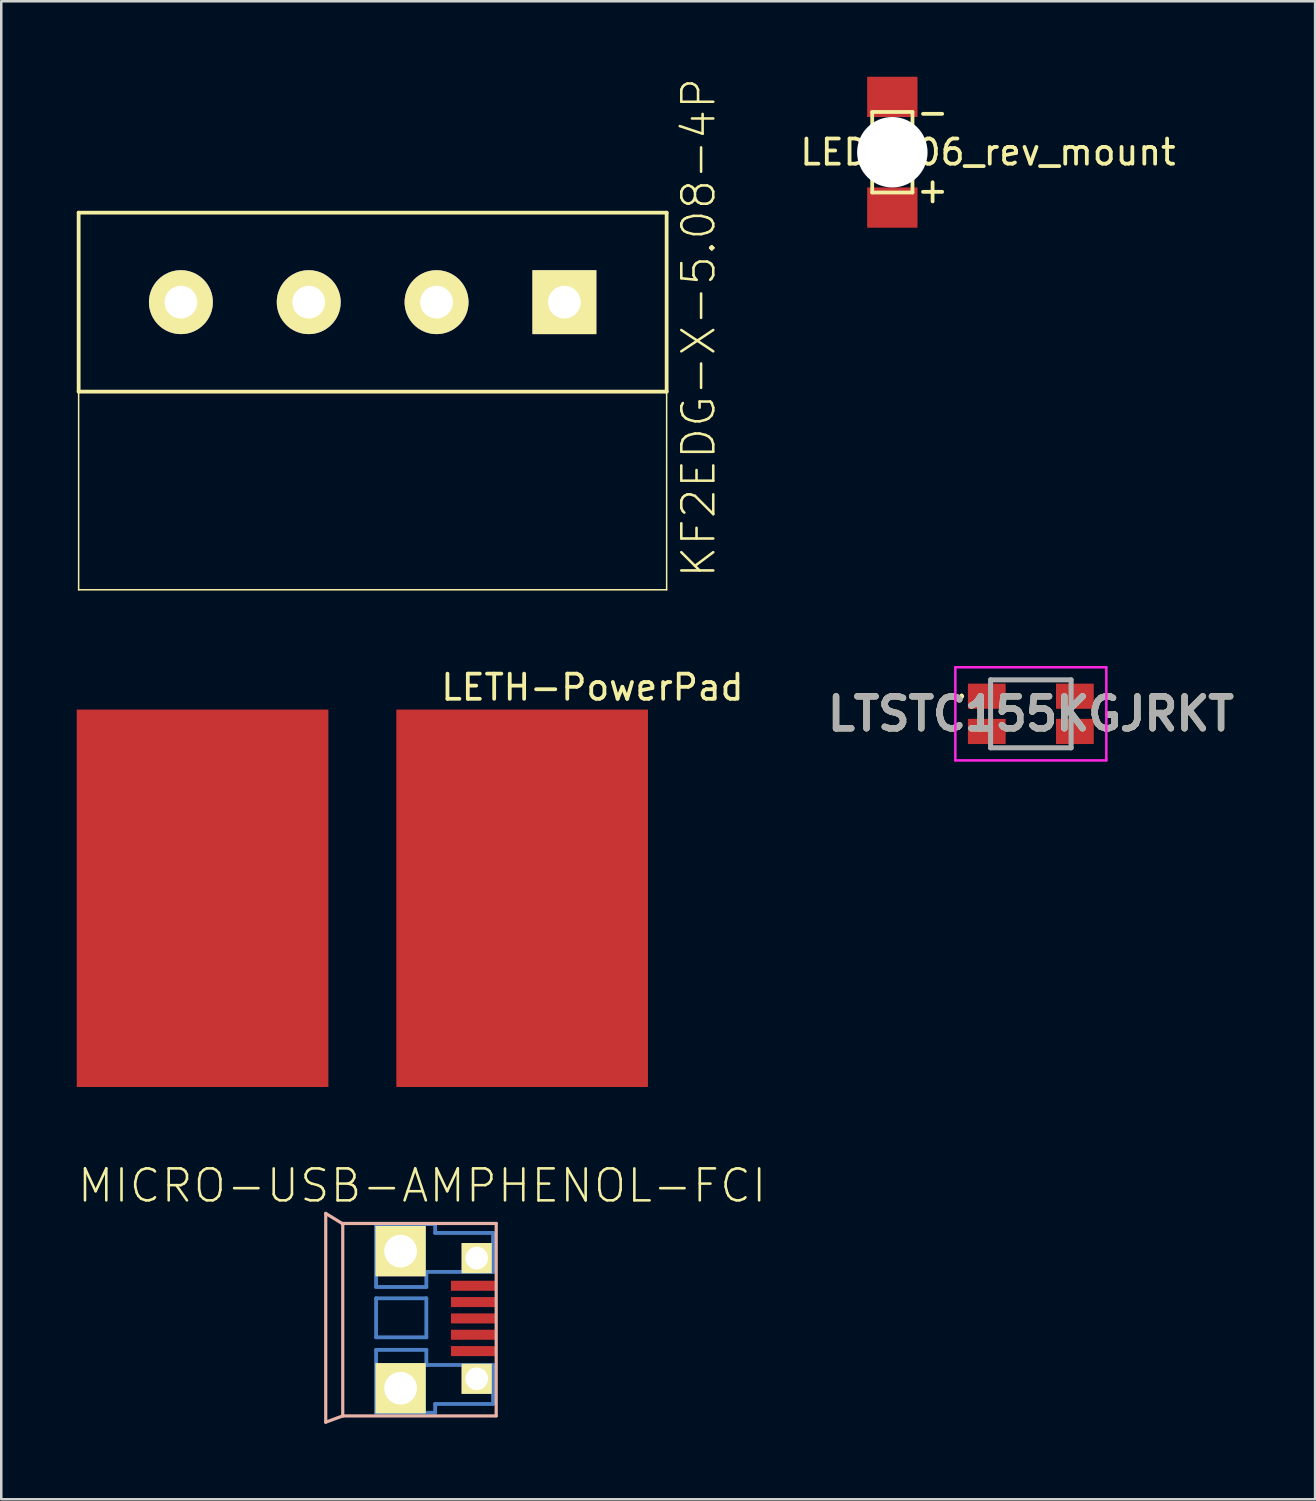
<source format=kicad_pcb>
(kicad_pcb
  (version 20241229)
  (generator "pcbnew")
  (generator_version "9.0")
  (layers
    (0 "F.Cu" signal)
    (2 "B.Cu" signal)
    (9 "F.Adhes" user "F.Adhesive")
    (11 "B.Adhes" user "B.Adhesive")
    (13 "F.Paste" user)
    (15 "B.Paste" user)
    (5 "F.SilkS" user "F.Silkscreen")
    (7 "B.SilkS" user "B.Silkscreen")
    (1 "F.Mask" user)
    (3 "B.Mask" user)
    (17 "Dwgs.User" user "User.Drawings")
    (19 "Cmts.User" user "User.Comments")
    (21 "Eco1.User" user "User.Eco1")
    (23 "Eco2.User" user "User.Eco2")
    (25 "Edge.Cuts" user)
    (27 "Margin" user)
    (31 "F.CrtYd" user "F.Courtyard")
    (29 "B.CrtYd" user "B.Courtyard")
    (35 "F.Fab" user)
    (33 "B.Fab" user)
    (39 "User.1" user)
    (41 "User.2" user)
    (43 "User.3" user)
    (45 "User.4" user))
  (footprint "LETH-PowerPad"
    (layer "F.Cu")
    (at 7.54 30.108)
    (property "Reference" "LETH-PowerPad" (at 12.954 -5.842 0) (layer "F.SilkS") (effects (font (size 1 1) (thickness 0.15))))
    (attr through_hole)
    (pad "1" smd rect (at -2.54 2.54) (size 10 15) (layers "F.Cu" "F.Mask" "F.Paste"))
    (pad "2" smd rect (at 10.16 2.54) (size 10 15) (layers "F.Cu" "F.Mask" "F.Paste")))
  (footprint "MICRO-USB-AMPHENOL-FCI"
    (layer "F.Cu")
    (at 12.745 49.645)
    (property "Reference" "MICRO-USB-AMPHENOL-FCI" (at 0.978 -5.575 0) (layer "F.SilkS") (effects (font (size 1.27 1.27) (thickness 0.102))))
    (attr smd)
    (fp_line (start -0.848 -4.049) (end -0.848 -1.549) (stroke (width 0.152) (type solid)) (layer "B.Cu"))
    (fp_line (start -0.848 -1.549) (end 1.148 -1.549) (stroke (width 0.152) (type solid)) (layer "B.Cu"))
    (fp_line (start -0.848 -1.1) (end 1.148 -1.1) (stroke (width 0.152) (type solid)) (layer "B.Cu"))
    (fp_line (start -0.848 0.45) (end -0.848 -1.1) (stroke (width 0.152) (type solid)) (layer "B.Cu"))
    (fp_line (start -0.848 0.95) (end 1.148 0.95) (stroke (width 0.152) (type solid)) (layer "B.Cu"))
    (fp_line (start -0.848 3.449) (end -0.848 0.95) (stroke (width 0.152) (type solid)) (layer "B.Cu"))
    (fp_line (start 1.148 -2.149) (end 3.8 -2.149) (stroke (width 0.152) (type solid)) (layer "B.Cu"))
    (fp_line (start 1.148 -1.549) (end 1.148 -2.149) (stroke (width 0.152) (type solid)) (layer "B.Cu"))
    (fp_line (start 1.148 -1.1) (end 1.148 0.45) (stroke (width 0.152) (type solid)) (layer "B.Cu"))
    (fp_line (start 1.148 0.45) (end -0.848 0.45) (stroke (width 0.152) (type solid)) (layer "B.Cu"))
    (fp_line (start 1.148 0.95) (end 1.148 1.549) (stroke (width 0.152) (type solid)) (layer "B.Cu"))
    (fp_line (start 1.148 1.549) (end 3.8 1.549) (stroke (width 0.152) (type solid)) (layer "B.Cu"))
    (fp_line (start 1.499 -4.049) (end -0.848 -4.049) (stroke (width 0.152) (type solid)) (layer "B.Cu"))
    (fp_line (start 1.499 -3.698) (end 1.499 -4.049) (stroke (width 0.152) (type solid)) (layer "B.Cu"))
    (fp_line (start 1.499 3.099) (end 1.499 3.449) (stroke (width 0.152) (type solid)) (layer "B.Cu"))
    (fp_line (start 1.499 3.449) (end -0.848 3.449) (stroke (width 0.152) (type solid)) (layer "B.Cu"))
    (fp_line (start 3.8 -3.698) (end 1.499 -3.698) (stroke (width 0.152) (type solid)) (layer "B.Cu"))
    (fp_line (start 3.8 -2.149) (end 3.8 -3.698) (stroke (width 0.152) (type solid)) (layer "B.Cu"))
    (fp_line (start 3.8 1.549) (end 3.8 3.099) (stroke (width 0.152) (type solid)) (layer "B.Cu"))
    (fp_line (start 3.8 3.099) (end 1.499 3.099) (stroke (width 0.152) (type solid)) (layer "B.Cu"))
    (fp_line (start -2.85 -4.473) (end -2.85 3.823) (stroke (width 0.127) (type solid)) (layer "B.SilkS"))
    (fp_line (start -2.85 3.823) (end -2.174 3.574) (stroke (width 0.127) (type solid)) (layer "B.SilkS"))
    (fp_line (start -2.2 -4.074) (end -2.85 -4.473) (stroke (width 0.127) (type solid)) (layer "B.SilkS"))
    (fp_line (start -2.2 -4.074) (end 3.924 -4.074) (stroke (width 0.127) (type solid)) (layer "B.SilkS"))
    (fp_line (start -2.174 -4.049) (end -2.174 3.574) (stroke (width 0.127) (type solid)) (layer "B.SilkS"))
    (fp_line (start -2.174 3.574) (end 3.924 3.574) (stroke (width 0.127) (type solid)) (layer "B.SilkS"))
    (fp_line (start 3.924 3.574) (end 3.924 -4.074) (stroke (width 0.127) (type solid)) (layer "B.SilkS"))
    (fp_line (start -0.848 -4.049) (end -0.848 -1.549) (stroke (width 0.152) (type solid)) (layer "B.Adhes"))
    (fp_line (start -0.848 -1.549) (end 1.148 -1.549) (stroke (width 0.152) (type solid)) (layer "B.Adhes"))
    (fp_line (start -0.848 0.95) (end 1.148 0.95) (stroke (width 0.152) (type solid)) (layer "B.Adhes"))
    (fp_line (start -0.848 3.449) (end -0.848 0.95) (stroke (width 0.152) (type solid)) (layer "B.Adhes"))
    (fp_line (start 1.148 -2.149) (end 3.8 -2.149) (stroke (width 0.152) (type solid)) (layer "B.Adhes"))
    (fp_line (start 1.148 -1.549) (end 1.148 -2.149) (stroke (width 0.152) (type solid)) (layer "B.Adhes"))
    (fp_line (start 1.148 0.95) (end 1.148 1.549) (stroke (width 0.152) (type solid)) (layer "B.Adhes"))
    (fp_line (start 1.148 1.549) (end 3.8 1.549) (stroke (width 0.152) (type solid)) (layer "B.Adhes"))
    (fp_line (start 1.499 -4.049) (end -0.848 -4.049) (stroke (width 0.152) (type solid)) (layer "B.Adhes"))
    (fp_line (start 1.499 -3.698) (end 1.499 -4.049) (stroke (width 0.152) (type solid)) (layer "B.Adhes"))
    (fp_line (start 1.499 3.099) (end 1.499 3.449) (stroke (width 0.152) (type solid)) (layer "B.Adhes"))
    (fp_line (start 1.499 3.449) (end -0.848 3.449) (stroke (width 0.152) (type solid)) (layer "B.Adhes"))
    (fp_line (start 3.8 -3.698) (end 1.499 -3.698) (stroke (width 0.152) (type solid)) (layer "B.Adhes"))
    (fp_line (start 3.8 -2.149) (end 3.8 -3.698) (stroke (width 0.152) (type solid)) (layer "B.Adhes"))
    (fp_line (start 3.8 1.549) (end 3.8 3.099) (stroke (width 0.152) (type solid)) (layer "B.Adhes"))
    (fp_line (start 3.8 3.099) (end 1.499 3.099) (stroke (width 0.152) (type solid)) (layer "B.Adhes"))
    (pad "1" smd rect (at 3 -1.598) (size 1.748 0.399) (layers "F.Cu" "F.Mask" "F.Paste"))
    (pad "2" smd rect (at 3 -0.95) (size 1.748 0.399) (layers "F.Cu" "F.Mask" "F.Paste"))
    (pad "3" smd rect (at 3 -0.3) (size 1.748 0.399) (layers "F.Cu" "F.Mask" "F.Paste"))
    (pad "4" smd rect (at 3 0.348) (size 1.748 0.399) (layers "F.Cu" "F.Mask" "F.Paste"))
    (pad "5" smd rect (at 3 0.998) (size 1.748 0.399) (layers "F.Cu" "F.Mask" "F.Paste"))
    (pad "M1" thru_hole rect (at 0.124 2.474) (size 1.999 1.999) (drill 1.298) (layers "*.Cu" "*.Mask" "F.SilkS" "F.Paste"))
    (pad "M2" thru_hole rect (at 0.124 -2.974) (size 1.999 1.999) (drill 1.298) (layers "*.Cu" "*.Mask" "F.SilkS" "F.Paste"))
    (pad "M3" thru_hole rect (at 3.15 2.098) (size 1.199 1.199) (drill 0.899) (layers "*.Cu" "*.Mask" "F.SilkS" "F.Paste"))
    (pad "M4" thru_hole rect (at 3.15 -2.697) (size 1.199 1.199) (drill 0.899) (layers "*.Cu" "*.Mask" "F.SilkS" "F.Paste")))
  (footprint "KF2EDG-X-5.08-4P"
    (layer "F.Cu")
    (at 19.379 8.958)
    (property "Reference" "KF2EDG-X-5.08-4P" (at 5.334 1.016 90) (layer "F.SilkS") (effects (font (size 1.27 1.27) (thickness 0.102))))
    (attr exclude_from_pos_files exclude_from_bom)
    (fp_line (start -19.304 -3.556) (end -19.304 3.556) (stroke (width 0.15) (type solid)) (layer "F.SilkS"))
    (fp_line (start -19.304 11.43) (end -19.304 3.556) (stroke (width 0.06) (type solid)) (layer "F.SilkS"))
    (fp_line (start -19.304 11.43) (end 4.064 11.43) (stroke (width 0.06) (type solid)) (layer "F.SilkS"))
    (fp_line (start 4.064 -3.556) (end -19.304 -3.556) (stroke (width 0.15) (type solid)) (layer "F.SilkS"))
    (fp_line (start 4.064 3.556) (end -19.304 3.556) (stroke (width 0.15) (type solid)) (layer "F.SilkS"))
    (fp_line (start 4.064 3.556) (end 4.064 -3.556) (stroke (width 0.15) (type solid)) (layer "F.SilkS"))
    (fp_line (start 4.064 3.556) (end 4.064 11.43) (stroke (width 0.06) (type solid)) (layer "F.SilkS"))
    (pad "1" thru_hole rect (at 0 0) (size 2.54 2.54) (drill 1.3) (layers "*.Cu" "*.Mask" "F.SilkS"))
    (pad "2" thru_hole circle (at -5.08 0) (size 2.54 2.54) (drill 1.3) (layers "*.Cu" "*.Mask" "F.SilkS"))
    (pad "3" thru_hole circle (at -10.16 0) (size 2.54 2.54) (drill 1.3) (layers "*.Cu" "*.Mask" "F.SilkS"))
    (pad "4" thru_hole circle (at -15.24 0) (size 2.54 2.54) (drill 1.3) (layers "*.Cu" "*.Mask" "F.SilkS")))
  (footprint "LED1206_rev_mount"
    (layer "F.Cu")
    (at 32.412 3)
    (property "Reference" "LED1206_rev_mount" (at 3.8 0 0) (layer "F.SilkS") (effects (font (size 1 1) (thickness 0.15))))
    (attr through_hole)
    (fp_line (start -0.8 -1.6) (end 0.8 -1.6) (stroke (width 0.15) (type solid)) (layer "F.SilkS"))
    (fp_line (start -0.8 1.6) (end -0.8 -1.6) (stroke (width 0.15) (type solid)) (layer "F.SilkS"))
    (fp_line (start 0.8 -1.6) (end 0.8 1.6) (stroke (width 0.15) (type solid)) (layer "F.SilkS"))
    (fp_line (start 0.8 1.6) (end -0.8 1.6) (stroke (width 0.15) (type solid)) (layer "F.SilkS"))
    (fp_text user "-" (at 1.6 -1.6 0) (layer "F.SilkS") (effects (font (size 1 1) (thickness 0.15))))
    (fp_text user "+" (at 1.6 1.5 0) (layer "F.SilkS") (effects (font (size 1 1) (thickness 0.15))))
    (pad "" np_thru_hole circle (at 0 0) (size 2.8 2.8) (drill 2.8) (layers "*.Cu" "*.Mask"))
    (pad "1" smd rect (at 0 -2.2) (size 2 1.6) (layers "F.Cu" "F.Mask" "F.Paste"))
    (pad "2" smd rect (at 0 2.2) (size 2 1.6) (layers "F.Cu" "F.Mask" "F.Paste")))
  (footprint "LTSTC155KGJRKT"
    (layer "F.Cu")
    (at 37.916 25.318)
    (property "Reference" "LTSTC155KGJRKT" (at 0 0 0) (layer "F.SilkS") (effects (font (size 1.27 1.27) (thickness 0.254))))
    (attr smd)
    (fp_line (start -2.75 -0.75) (end -2.75 -0.75) (stroke (width 0.1) (type solid)) (layer "F.SilkS"))
    (fp_line (start -2.75 -0.65) (end -2.75 -0.65) (stroke (width 0.1) (type solid)) (layer "F.SilkS"))
    (fp_line (start -1.6 -1.35) (end 1.6 -1.35) (stroke (width 0.1) (type solid)) (layer "F.SilkS"))
    (fp_line (start -1.6 1.35) (end 1.6 1.35) (stroke (width 0.1) (type solid)) (layer "F.SilkS"))
    (fp_arc (start -2.75 -0.75) (mid -2.7 -0.7) (end -2.75 -0.65) (stroke (width 0.1) (type solid)) (layer "F.SilkS"))
    (fp_arc (start -2.75 -0.65) (mid -2.8 -0.7) (end -2.75 -0.75) (stroke (width 0.1) (type solid)) (layer "F.SilkS"))
    (fp_line (start -3 -1.85) (end 3 -1.85) (stroke (width 0.1) (type solid)) (layer "F.CrtYd"))
    (fp_line (start -3 1.85) (end -3 -1.85) (stroke (width 0.1) (type solid)) (layer "F.CrtYd"))
    (fp_line (start 3 -1.85) (end 3 1.85) (stroke (width 0.1) (type solid)) (layer "F.CrtYd"))
    (fp_line (start 3 1.85) (end -3 1.85) (stroke (width 0.1) (type solid)) (layer "F.CrtYd"))
    (fp_line (start -1.6 -1.35) (end 1.6 -1.35) (stroke (width 0.2) (type solid)) (layer "F.Fab"))
    (fp_line (start -1.6 1.35) (end -1.6 -1.35) (stroke (width 0.2) (type solid)) (layer "F.Fab"))
    (fp_line (start 1.6 -1.35) (end 1.6 1.35) (stroke (width 0.2) (type solid)) (layer "F.Fab"))
    (fp_line (start 1.6 1.35) (end -1.6 1.35) (stroke (width 0.2) (type solid)) (layer "F.Fab"))
    (fp_text user "${REFERENCE}" (at 0 0 0) (layer "F.Fab") (effects (font (size 1.27 1.27) (thickness 0.254))))
    (pad "1" smd rect (at -1.75 -0.7 90) (size 1 1.5) (layers "F.Cu" "F.Mask" "F.Paste"))
    (pad "2" smd rect (at -1.75 0.7 90) (size 1 1.5) (layers "F.Cu" "F.Mask" "F.Paste"))
    (pad "3" smd rect (at 1.75 -0.7 90) (size 1 1.5) (layers "F.Cu" "F.Mask" "F.Paste"))
    (pad "4" smd rect (at 1.75 0.7 90) (size 1 1.5) (layers "F.Cu" "F.Mask" "F.Paste")))
  (gr_rect
    (start -3 -3)
    (end 49.214 56.531)
    (stroke (width 0.1) (type default))
    (fill no)
    (layer "Edge.Cuts")))
</source>
